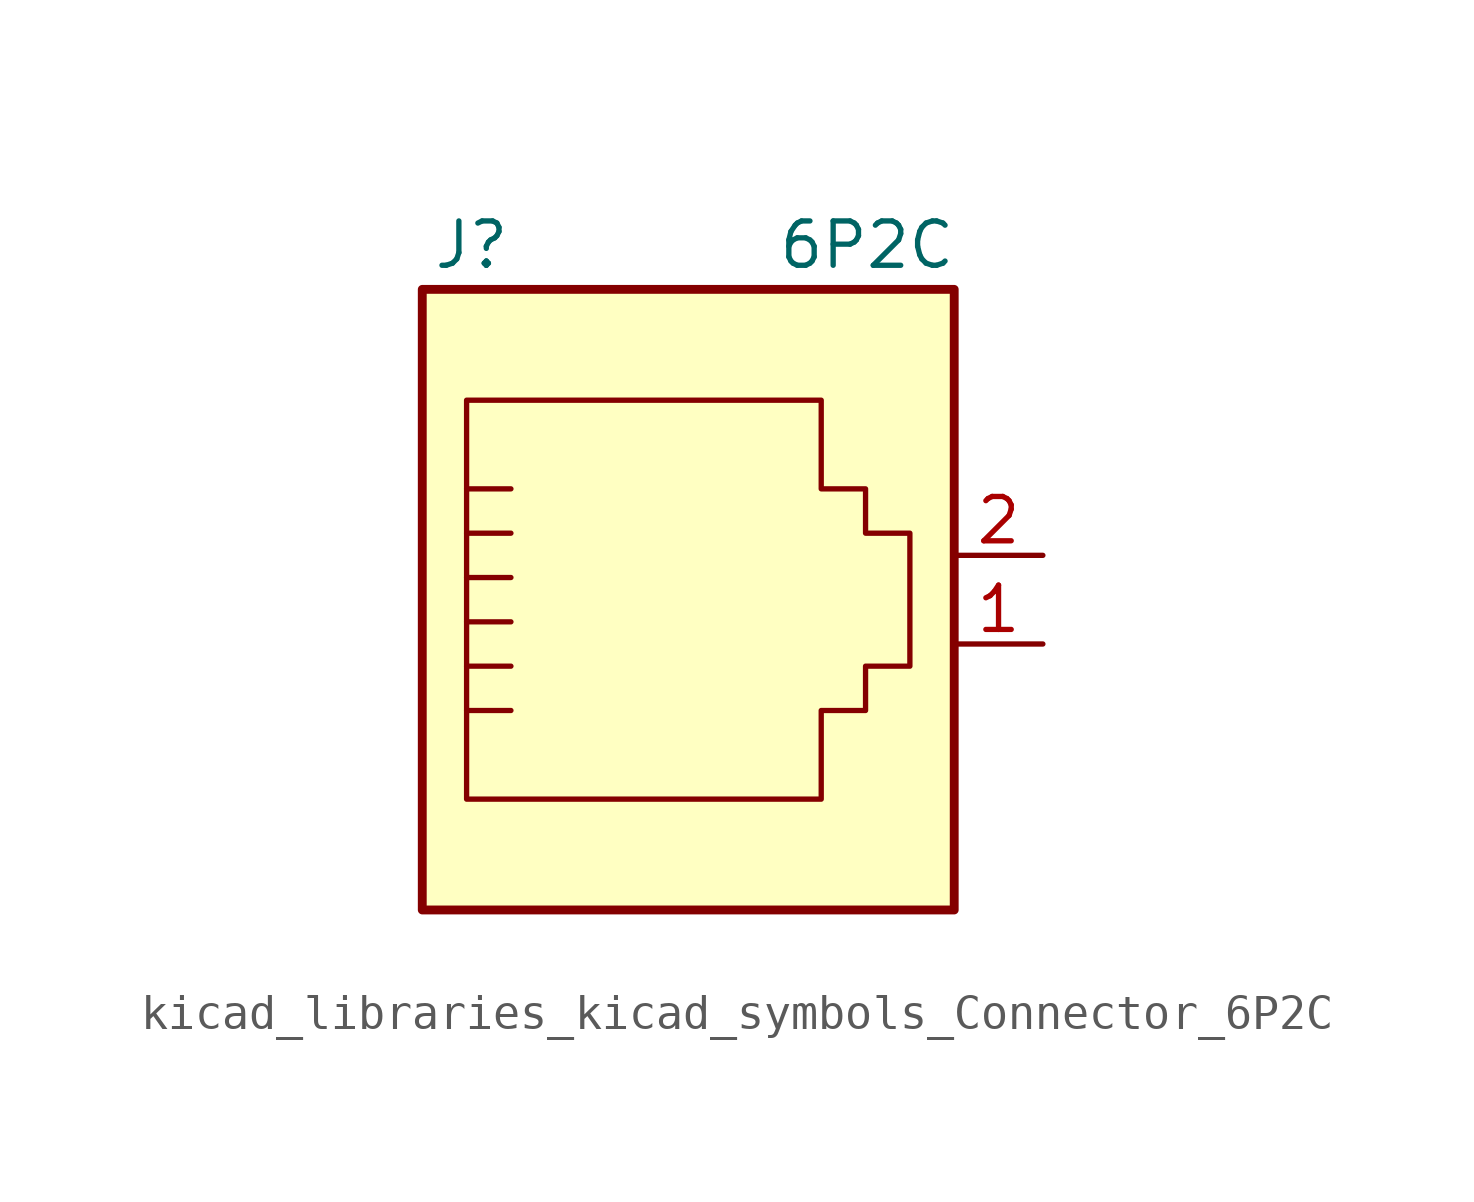
<source format=kicad_sym>
(kicad_symbol_lib
  (version 20220914)
  (generator kicad_symbol_editor)
  (symbol "kicad_libraries_kicad_symbols_Connector_6P2C"
    (pin_names
      (offset 1.016))
    (property "Reference" "J"
      (at -5.08 11.43 0)
      (effects (font (size 1.27 1.27)) (justify right)))
    (property "Value" "6P2C"
      (at 2.54 11.43 0)
      (effects (font (size 1.27 1.27)) (justify left)))
    (symbol "kicad_libraries_kicad_symbols_Connector_6P2C_0_1"
      (polyline (pts (xy -6.35 -1.905) (xy -5.08 -1.905) (xy -5.08 -1.905)) (stroke (width 0) (type default)) (fill (type none)))
      (polyline (pts (xy -6.35 -0.635) (xy -5.08 -0.635) (xy -5.08 -0.635)) (stroke (width 0) (type default)) (fill (type none)))
      (polyline (pts (xy -6.35 0.635) (xy -5.08 0.635) (xy -5.08 0.635)) (stroke (width 0) (type default)) (fill (type none)))
      (polyline (pts (xy -6.35 1.905) (xy -5.08 1.905) (xy -5.08 1.905)) (stroke (width 0) (type default)) (fill (type none)))
      (polyline (pts (xy -6.35 3.175) (xy -5.08 3.175) (xy -5.08 3.175)) (stroke (width 0) (type default)) (fill (type none)))
      (polyline (pts (xy -5.08 4.445) (xy -6.35 4.445) (xy -6.35 4.445)) (stroke (width 0) (type default)) (fill (type none)))
      (polyline (pts (xy -6.35 -4.445) (xy -6.35 6.985) (xy 3.81 6.985) (xy 3.81 4.445) (xy 5.08 4.445) (xy 5.08 3.175) (xy 6.35 3.175) (xy 6.35 -0.635) (xy 5.08 -0.635) (xy 5.08 -1.905) (xy 3.81 -1.905) (xy 3.81 -4.445) (xy -6.35 -4.445) (xy -6.35 -4.445)) (stroke (width 0) (type default)) (fill (type none)))
      (rectangle (start 7.62 10.16) (end -7.62 -7.62) (stroke (width 0.254) (type default)) (fill (type background))))
    (symbol "kicad_libraries_kicad_symbols_Connector_6P2C_1_1"
      (pin passive line (at 10.16 0 180) (length 2.54) (name "~" (effects (font (size 1.27 1.27)))) (number "1" (effects (font (size 1.27 1.27)))))
      (pin passive line (at 10.16 2.54 180) (length 2.54) (name "~" (effects (font (size 1.27 1.27)))) (number "2" (effects (font (size 1.27 1.27))))))))
</source>
